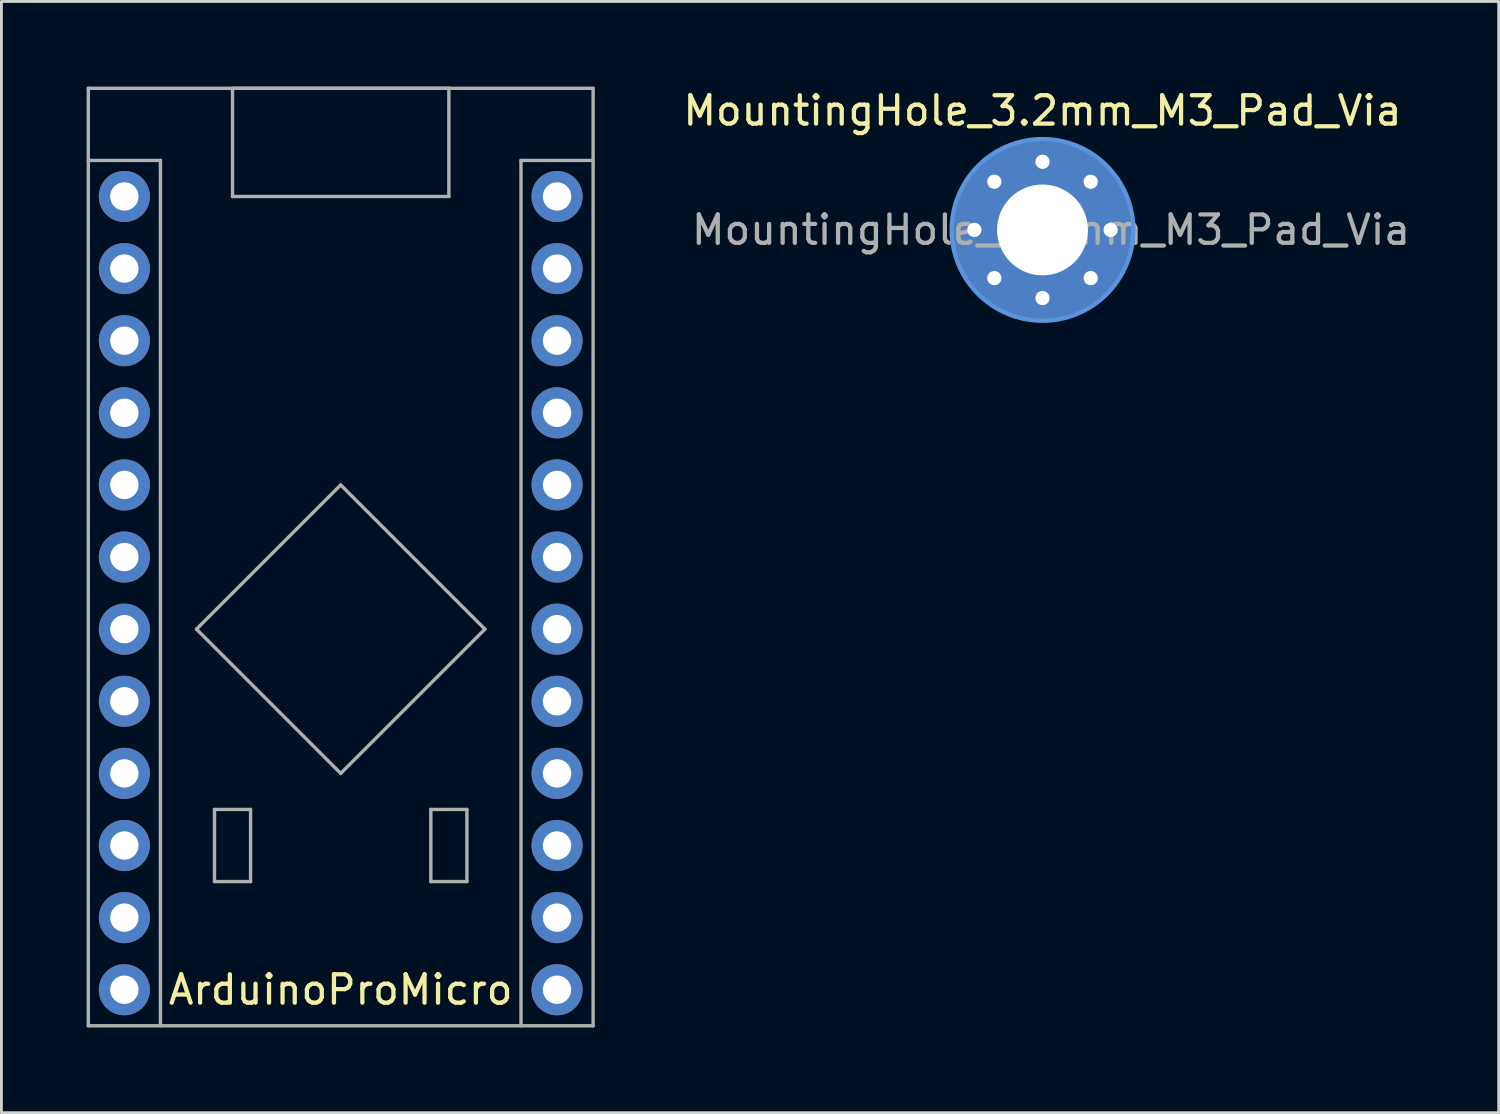
<source format=kicad_pcb>
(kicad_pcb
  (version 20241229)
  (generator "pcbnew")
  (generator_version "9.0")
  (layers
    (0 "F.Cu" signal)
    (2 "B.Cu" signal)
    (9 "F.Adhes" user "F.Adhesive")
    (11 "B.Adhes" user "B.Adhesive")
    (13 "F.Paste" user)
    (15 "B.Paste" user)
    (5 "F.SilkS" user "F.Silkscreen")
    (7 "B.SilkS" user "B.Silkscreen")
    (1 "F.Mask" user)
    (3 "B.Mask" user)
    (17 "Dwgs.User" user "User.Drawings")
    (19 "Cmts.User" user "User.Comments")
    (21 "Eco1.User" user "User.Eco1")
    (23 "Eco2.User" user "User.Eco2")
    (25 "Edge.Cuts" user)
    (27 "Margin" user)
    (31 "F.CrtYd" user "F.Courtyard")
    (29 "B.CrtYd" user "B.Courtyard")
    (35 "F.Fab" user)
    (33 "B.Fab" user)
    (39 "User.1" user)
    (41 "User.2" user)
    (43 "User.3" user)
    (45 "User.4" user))
  (footprint "ArduinoProMicro"
    (layer "F.Cu")
    (at 8.95 17.84)
    (property "Reference" "ArduinoProMicro" (at 0 13.97 0) (layer "F.SilkS") (effects (font (size 1 1) (thickness 0.15))))
    (attr through_hole)
    (fp_line (start -8.89 -17.78) (end -8.89 15.24) (stroke (width 0.12) (type solid)) (layer "F.Fab"))
    (fp_line (start -8.89 -15.24) (end -6.35 -15.24) (stroke (width 0.12) (type solid)) (layer "F.Fab"))
    (fp_line (start -8.89 15.24) (end 8.89 15.24) (stroke (width 0.12) (type solid)) (layer "F.Fab"))
    (fp_line (start -6.35 -15.24) (end -6.35 15.24) (stroke (width 0.12) (type solid)) (layer "F.Fab"))
    (fp_line (start -5.08 1.27) (end 0 6.35) (stroke (width 0.12) (type solid)) (layer "F.Fab"))
    (fp_line (start -4.445 7.62) (end -4.445 10.16) (stroke (width 0.12) (type solid)) (layer "F.Fab"))
    (fp_line (start -4.445 10.16) (end -3.175 10.16) (stroke (width 0.12) (type solid)) (layer "F.Fab"))
    (fp_line (start -3.81 -17.78) (end -3.81 -13.97) (stroke (width 0.12) (type solid)) (layer "F.Fab"))
    (fp_line (start -3.81 -13.97) (end 3.81 -13.97) (stroke (width 0.12) (type solid)) (layer "F.Fab"))
    (fp_line (start -3.175 7.62) (end -4.445 7.62) (stroke (width 0.12) (type solid)) (layer "F.Fab"))
    (fp_line (start -3.175 10.16) (end -3.175 7.62) (stroke (width 0.12) (type solid)) (layer "F.Fab"))
    (fp_line (start 0 -3.81) (end -5.08 1.27) (stroke (width 0.12) (type solid)) (layer "F.Fab"))
    (fp_line (start 0 6.35) (end 5.08 1.27) (stroke (width 0.12) (type solid)) (layer "F.Fab"))
    (fp_line (start 3.175 7.62) (end 3.175 10.16) (stroke (width 0.12) (type solid)) (layer "F.Fab"))
    (fp_line (start 3.175 10.16) (end 4.445 10.16) (stroke (width 0.12) (type solid)) (layer "F.Fab"))
    (fp_line (start 3.81 -17.78) (end -3.81 -17.78) (stroke (width 0.12) (type solid)) (layer "F.Fab"))
    (fp_line (start 3.81 -13.97) (end 3.81 -17.78) (stroke (width 0.12) (type solid)) (layer "F.Fab"))
    (fp_line (start 4.445 7.62) (end 3.175 7.62) (stroke (width 0.12) (type solid)) (layer "F.Fab"))
    (fp_line (start 4.445 10.16) (end 4.445 7.62) (stroke (width 0.12) (type solid)) (layer "F.Fab"))
    (fp_line (start 5.08 1.27) (end 0 -3.81) (stroke (width 0.12) (type solid)) (layer "F.Fab"))
    (fp_line (start 6.35 -15.24) (end 6.35 15.24) (stroke (width 0.12) (type solid)) (layer "F.Fab"))
    (fp_line (start 6.35 -15.24) (end 8.89 -15.24) (stroke (width 0.12) (type solid)) (layer "F.Fab"))
    (fp_line (start 8.89 -17.78) (end -8.89 -17.78) (stroke (width 0.12) (type solid)) (layer "F.Fab"))
    (fp_line (start 8.89 15.24) (end 8.89 -17.78) (stroke (width 0.12) (type solid)) (layer "F.Fab"))
    (pad "1" thru_hole circle (at -7.62 -13.97) (size 1.8 1.8) (drill 1) (layers "*.Cu" "*.Mask"))
    (pad "2" thru_hole circle (at -7.62 -11.43) (size 1.8 1.8) (drill 1) (layers "*.Cu" "*.Mask"))
    (pad "3" thru_hole circle (at -7.62 -8.89) (size 1.8 1.8) (drill 1) (layers "*.Cu" "*.Mask"))
    (pad "4" thru_hole circle (at -7.62 -6.35) (size 1.8 1.8) (drill 1) (layers "*.Cu" "*.Mask"))
    (pad "5" thru_hole circle (at -7.62 -3.81) (size 1.8 1.8) (drill 1) (layers "*.Cu" "*.Mask"))
    (pad "6" thru_hole circle (at -7.62 -1.27) (size 1.8 1.8) (drill 1) (layers "*.Cu" "*.Mask"))
    (pad "7" thru_hole circle (at -7.62 1.27) (size 1.8 1.8) (drill 1) (layers "*.Cu" "*.Mask"))
    (pad "8" thru_hole circle (at -7.62 3.81) (size 1.8 1.8) (drill 1) (layers "*.Cu" "*.Mask"))
    (pad "9" thru_hole circle (at -7.62 6.35) (size 1.8 1.8) (drill 1) (layers "*.Cu" "*.Mask"))
    (pad "10" thru_hole circle (at -7.62 8.89) (size 1.8 1.8) (drill 1) (layers "*.Cu" "*.Mask"))
    (pad "11" thru_hole circle (at -7.62 11.43) (size 1.8 1.8) (drill 1) (layers "*.Cu" "*.Mask"))
    (pad "12" thru_hole circle (at -7.62 13.97) (size 1.8 1.8) (drill 1) (layers "*.Cu" "*.Mask"))
    (pad "13" thru_hole circle (at 7.62 -13.97) (size 1.8 1.8) (drill 1) (layers "*.Cu" "*.Mask"))
    (pad "14" thru_hole circle (at 7.62 -11.43) (size 1.8 1.8) (drill 1) (layers "*.Cu" "*.Mask"))
    (pad "15" thru_hole circle (at 7.62 -8.89) (size 1.8 1.8) (drill 1) (layers "*.Cu" "*.Mask"))
    (pad "16" thru_hole circle (at 7.62 -6.35) (size 1.8 1.8) (drill 1) (layers "*.Cu" "*.Mask"))
    (pad "17" thru_hole circle (at 7.62 -3.81) (size 1.8 1.8) (drill 1) (layers "*.Cu" "*.Mask"))
    (pad "18" thru_hole circle (at 7.62 -1.27) (size 1.8 1.8) (drill 1) (layers "*.Cu" "*.Mask"))
    (pad "19" thru_hole circle (at 7.62 1.27) (size 1.8 1.8) (drill 1) (layers "*.Cu" "*.Mask"))
    (pad "20" thru_hole circle (at 7.62 3.81) (size 1.8 1.8) (drill 1) (layers "*.Cu" "*.Mask"))
    (pad "21" thru_hole circle (at 7.62 6.35) (size 1.8 1.8) (drill 1) (layers "*.Cu" "*.Mask"))
    (pad "22" thru_hole circle (at 7.62 8.89) (size 1.8 1.8) (drill 1) (layers "*.Cu" "*.Mask"))
    (pad "23" thru_hole circle (at 7.62 11.43) (size 1.8 1.8) (drill 1) (layers "*.Cu" "*.Mask"))
    (pad "24" thru_hole circle (at 7.62 13.97) (size 1.8 1.8) (drill 1) (layers "*.Cu" "*.Mask")))
  (footprint "MountingHole_3.2mm_M3_Pad_Via"
    (layer "F.Cu")
    (at 33.668 5.048)
    (property "Reference" "MountingHole_3.2mm_M3_Pad_Via" (at 0 -4.2 0) (layer "F.SilkS") (effects (font (size 1 1) (thickness 0.15))))
    (attr exclude_from_pos_files exclude_from_bom)
    (fp_circle (center 0 0) (end 3.2 0) (stroke (width 0.15) (type solid)) (fill no) (layer "Cmts.User"))
    (fp_text user "${REFERENCE}" (at 0.3 0 0) (layer "F.Fab") (effects (font (size 1 1) (thickness 0.15))))
    (pad "1" thru_hole circle (at -2.4 0) (size 0.8 0.8) (drill 0.5) (layers "*.Cu" "*.Mask"))
    (pad "1" thru_hole circle (at -1.697 -1.697) (size 0.8 0.8) (drill 0.5) (layers "*.Cu" "*.Mask"))
    (pad "1" thru_hole circle (at -1.697 1.697) (size 0.8 0.8) (drill 0.5) (layers "*.Cu" "*.Mask"))
    (pad "1" thru_hole circle (at 0 -2.4) (size 0.8 0.8) (drill 0.5) (layers "*.Cu" "*.Mask"))
    (pad "1" thru_hole circle (at 0 0) (size 6.4 6.4) (drill 3.2) (layers "*.Cu" "*.Mask"))
    (pad "1" thru_hole circle (at 0 2.4) (size 0.8 0.8) (drill 0.5) (layers "*.Cu" "*.Mask"))
    (pad "1" thru_hole circle (at 1.697 -1.697) (size 0.8 0.8) (drill 0.5) (layers "*.Cu" "*.Mask"))
    (pad "1" thru_hole circle (at 1.697 1.697) (size 0.8 0.8) (drill 0.5) (layers "*.Cu" "*.Mask"))
    (pad "1" thru_hole circle (at 2.4 0) (size 0.8 0.8) (drill 0.5) (layers "*.Cu" "*.Mask")))
  (gr_rect
    (start -3 -3)
    (end 49.736 36.14)
    (stroke (width 0.1) (type default))
    (fill no)
    (layer "Edge.Cuts")))
</source>
